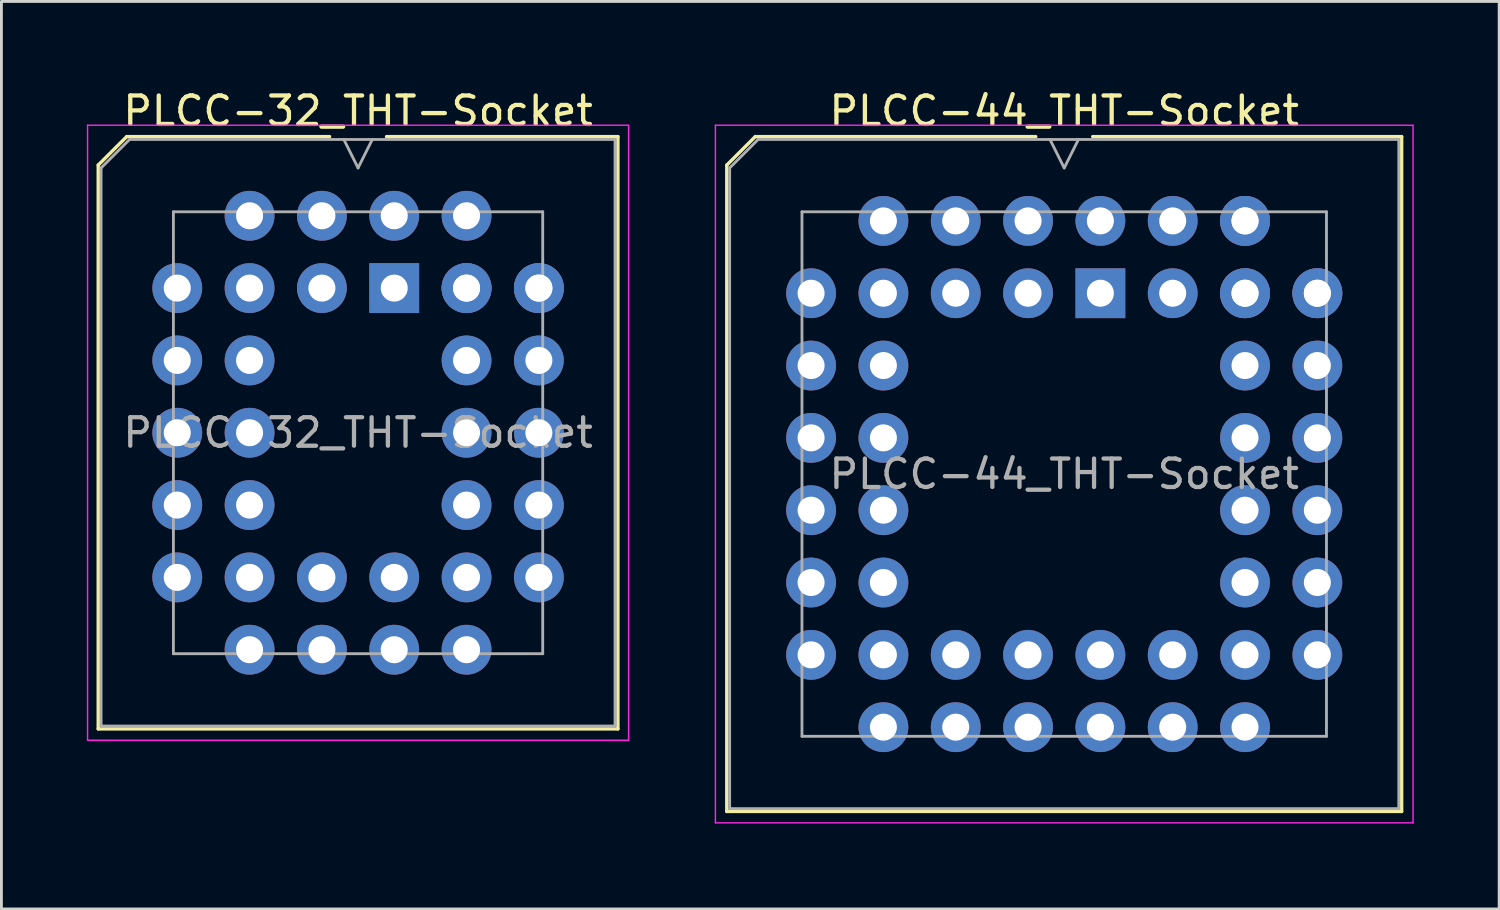
<source format=kicad_pcb>
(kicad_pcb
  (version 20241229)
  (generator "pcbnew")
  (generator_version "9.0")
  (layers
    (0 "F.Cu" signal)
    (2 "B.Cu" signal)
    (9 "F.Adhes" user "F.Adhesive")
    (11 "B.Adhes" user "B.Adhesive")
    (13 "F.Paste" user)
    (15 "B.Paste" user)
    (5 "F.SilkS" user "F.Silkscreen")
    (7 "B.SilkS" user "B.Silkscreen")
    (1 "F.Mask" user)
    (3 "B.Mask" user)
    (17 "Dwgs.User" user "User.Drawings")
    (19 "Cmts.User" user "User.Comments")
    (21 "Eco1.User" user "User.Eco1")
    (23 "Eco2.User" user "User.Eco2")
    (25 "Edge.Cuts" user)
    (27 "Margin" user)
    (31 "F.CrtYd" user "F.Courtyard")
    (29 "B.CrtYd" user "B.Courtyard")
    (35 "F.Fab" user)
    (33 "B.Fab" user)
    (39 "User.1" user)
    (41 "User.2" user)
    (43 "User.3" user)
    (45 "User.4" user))
  (footprint "PLCC-44_THT-Socket"
    (layer "F.Cu")
    (at 35.595 7.248)
    (property "Reference" "PLCC-44_THT-Socket" (at -1.27 -6.4 0) (layer "F.SilkS") (effects (font (size 1 1) (thickness 0.15))))
    (attr through_hole)
    (fp_line (start -13.12 -4.5) (end -13.12 18.2) (stroke (width 0.12) (type solid)) (layer "F.SilkS"))
    (fp_line (start -13.12 18.2) (end 10.58 18.2) (stroke (width 0.12) (type solid)) (layer "F.SilkS"))
    (fp_line (start -12.12 -5.5) (end -13.12 -4.5) (stroke (width 0.12) (type solid)) (layer "F.SilkS"))
    (fp_line (start -2.27 -5.5) (end -12.12 -5.5) (stroke (width 0.12) (type solid)) (layer "F.SilkS"))
    (fp_line (start 10.58 -5.5) (end -0.27 -5.5) (stroke (width 0.12) (type solid)) (layer "F.SilkS"))
    (fp_line (start 10.58 18.2) (end 10.58 -5.5) (stroke (width 0.12) (type solid)) (layer "F.SilkS"))
    (fp_line (start -13.52 -5.9) (end -13.52 18.6) (stroke (width 0.05) (type solid)) (layer "F.CrtYd"))
    (fp_line (start -13.52 18.6) (end 10.98 18.6) (stroke (width 0.05) (type solid)) (layer "F.CrtYd"))
    (fp_line (start 10.98 -5.9) (end -13.52 -5.9) (stroke (width 0.05) (type solid)) (layer "F.CrtYd"))
    (fp_line (start 10.98 18.6) (end 10.98 -5.9) (stroke (width 0.05) (type solid)) (layer "F.CrtYd"))
    (fp_line (start -13.02 -4.4) (end -13.02 18.1) (stroke (width 0.1) (type solid)) (layer "F.Fab"))
    (fp_line (start -13.02 18.1) (end 10.48 18.1) (stroke (width 0.1) (type solid)) (layer "F.Fab"))
    (fp_line (start -12.02 -5.4) (end -13.02 -4.4) (stroke (width 0.1) (type solid)) (layer "F.Fab"))
    (fp_line (start -10.48 -2.86) (end -10.48 15.56) (stroke (width 0.1) (type solid)) (layer "F.Fab"))
    (fp_line (start -10.48 15.56) (end 7.94 15.56) (stroke (width 0.1) (type solid)) (layer "F.Fab"))
    (fp_line (start -1.77 -5.4) (end -1.27 -4.4) (stroke (width 0.1) (type solid)) (layer "F.Fab"))
    (fp_line (start -1.27 -4.4) (end -0.77 -5.4) (stroke (width 0.1) (type solid)) (layer "F.Fab"))
    (fp_line (start 7.94 -2.86) (end -10.48 -2.86) (stroke (width 0.1) (type solid)) (layer "F.Fab"))
    (fp_line (start 7.94 15.56) (end 7.94 -2.86) (stroke (width 0.1) (type solid)) (layer "F.Fab"))
    (fp_line (start 10.48 -5.4) (end -12.02 -5.4) (stroke (width 0.1) (type solid)) (layer "F.Fab"))
    (fp_line (start 10.48 18.1) (end 10.48 -5.4) (stroke (width 0.1) (type solid)) (layer "F.Fab"))
    (fp_text user "${REFERENCE}" (at -1.27 6.35 0) (layer "F.Fab") (effects (font (size 1 1) (thickness 0.15))))
    (pad "1" thru_hole rect (at 0 0) (size 1.75 1.75) (drill 0.95) (layers "*.Cu" "*.Mask"))
    (pad "2" thru_hole circle (at -2.54 -2.54) (size 1.75 1.75) (drill 0.95) (layers "*.Cu" "*.Mask"))
    (pad "3" thru_hole circle (at -2.54 0) (size 1.75 1.75) (drill 0.95) (layers "*.Cu" "*.Mask"))
    (pad "4" thru_hole circle (at -5.08 -2.54) (size 1.75 1.75) (drill 0.95) (layers "*.Cu" "*.Mask"))
    (pad "5" thru_hole circle (at -5.08 0) (size 1.75 1.75) (drill 0.95) (layers "*.Cu" "*.Mask"))
    (pad "6" thru_hole circle (at -7.62 -2.54) (size 1.75 1.75) (drill 0.95) (layers "*.Cu" "*.Mask"))
    (pad "7" thru_hole circle (at -10.16 0) (size 1.75 1.75) (drill 0.95) (layers "*.Cu" "*.Mask"))
    (pad "8" thru_hole circle (at -7.62 0) (size 1.75 1.75) (drill 0.95) (layers "*.Cu" "*.Mask"))
    (pad "9" thru_hole circle (at -10.16 2.54) (size 1.75 1.75) (drill 0.95) (layers "*.Cu" "*.Mask"))
    (pad "10" thru_hole circle (at -7.62 2.54) (size 1.75 1.75) (drill 0.95) (layers "*.Cu" "*.Mask"))
    (pad "11" thru_hole circle (at -10.16 5.08) (size 1.75 1.75) (drill 0.95) (layers "*.Cu" "*.Mask"))
    (pad "12" thru_hole circle (at -7.62 5.08) (size 1.75 1.75) (drill 0.95) (layers "*.Cu" "*.Mask"))
    (pad "13" thru_hole circle (at -10.16 7.62) (size 1.75 1.75) (drill 0.95) (layers "*.Cu" "*.Mask"))
    (pad "14" thru_hole circle (at -7.62 7.62) (size 1.75 1.75) (drill 0.95) (layers "*.Cu" "*.Mask"))
    (pad "15" thru_hole circle (at -10.16 10.16) (size 1.75 1.75) (drill 0.95) (layers "*.Cu" "*.Mask"))
    (pad "16" thru_hole circle (at -7.62 10.16) (size 1.75 1.75) (drill 0.95) (layers "*.Cu" "*.Mask"))
    (pad "17" thru_hole circle (at -10.16 12.7) (size 1.75 1.75) (drill 0.95) (layers "*.Cu" "*.Mask"))
    (pad "18" thru_hole circle (at -7.62 15.24) (size 1.75 1.75) (drill 0.95) (layers "*.Cu" "*.Mask"))
    (pad "19" thru_hole circle (at -7.62 12.7) (size 1.75 1.75) (drill 0.95) (layers "*.Cu" "*.Mask"))
    (pad "20" thru_hole circle (at -5.08 15.24) (size 1.75 1.75) (drill 0.95) (layers "*.Cu" "*.Mask"))
    (pad "21" thru_hole circle (at -5.08 12.7) (size 1.75 1.75) (drill 0.95) (layers "*.Cu" "*.Mask"))
    (pad "22" thru_hole circle (at -2.54 15.24) (size 1.75 1.75) (drill 0.95) (layers "*.Cu" "*.Mask"))
    (pad "23" thru_hole circle (at -2.54 12.7) (size 1.75 1.75) (drill 0.95) (layers "*.Cu" "*.Mask"))
    (pad "24" thru_hole circle (at 0 15.24) (size 1.75 1.75) (drill 0.95) (layers "*.Cu" "*.Mask"))
    (pad "25" thru_hole circle (at 0 12.7) (size 1.75 1.75) (drill 0.95) (layers "*.Cu" "*.Mask"))
    (pad "26" thru_hole circle (at 2.54 15.24) (size 1.75 1.75) (drill 0.95) (layers "*.Cu" "*.Mask"))
    (pad "27" thru_hole circle (at 2.54 12.7) (size 1.75 1.75) (drill 0.95) (layers "*.Cu" "*.Mask"))
    (pad "28" thru_hole circle (at 5.08 15.24) (size 1.75 1.75) (drill 0.95) (layers "*.Cu" "*.Mask"))
    (pad "29" thru_hole circle (at 5.08 12.7) (size 1.75 1.75) (drill 0.95) (layers "*.Cu" "*.Mask"))
    (pad "29" thru_hole circle (at 7.62 12.7) (size 1.75 1.75) (drill 0.95) (layers "*.Cu" "*.Mask"))
    (pad "30" thru_hole circle (at 5.08 10.16) (size 1.75 1.75) (drill 0.95) (layers "*.Cu" "*.Mask"))
    (pad "31" thru_hole circle (at 7.62 10.16) (size 1.75 1.75) (drill 0.95) (layers "*.Cu" "*.Mask"))
    (pad "32" thru_hole circle (at 5.08 7.62) (size 1.75 1.75) (drill 0.95) (layers "*.Cu" "*.Mask"))
    (pad "33" thru_hole circle (at 7.62 7.62) (size 1.75 1.75) (drill 0.95) (layers "*.Cu" "*.Mask"))
    (pad "34" thru_hole circle (at 5.08 5.08) (size 1.75 1.75) (drill 0.95) (layers "*.Cu" "*.Mask"))
    (pad "35" thru_hole circle (at 7.62 5.08) (size 1.75 1.75) (drill 0.95) (layers "*.Cu" "*.Mask"))
    (pad "36" thru_hole circle (at 5.08 2.54) (size 1.75 1.75) (drill 0.95) (layers "*.Cu" "*.Mask"))
    (pad "37" thru_hole circle (at 7.62 2.54) (size 1.75 1.75) (drill 0.95) (layers "*.Cu" "*.Mask"))
    (pad "38" thru_hole circle (at 5.08 0) (size 1.75 1.75) (drill 0.95) (layers "*.Cu" "*.Mask"))
    (pad "39" thru_hole circle (at 7.62 0) (size 1.75 1.75) (drill 0.95) (layers "*.Cu" "*.Mask"))
    (pad "39" thru_hole circle (at 7.62 0) (size 1.75 1.75) (drill 0.95) (layers "*.Cu" "*.Mask"))
    (pad "40" thru_hole circle (at 5.08 -2.54) (size 1.75 1.75) (drill 0.95) (layers "*.Cu" "*.Mask"))
    (pad "40" thru_hole circle (at 5.08 -2.54) (size 1.75 1.75) (drill 0.95) (layers "*.Cu" "*.Mask"))
    (pad "41" thru_hole circle (at 5.08 0) (size 1.75 1.75) (drill 0.95) (layers "*.Cu" "*.Mask"))
    (pad "42" thru_hole circle (at 2.54 -2.54) (size 1.75 1.75) (drill 0.95) (layers "*.Cu" "*.Mask"))
    (pad "43" thru_hole circle (at 2.54 0) (size 1.75 1.75) (drill 0.95) (layers "*.Cu" "*.Mask"))
    (pad "44" thru_hole circle (at 0 -2.54) (size 1.75 1.75) (drill 0.95) (layers "*.Cu" "*.Mask")))
  (footprint "PLCC-32_THT-Socket"
    (layer "F.Cu")
    (at 10.795 7.068)
    (property "Reference" "PLCC-32_THT-Socket" (at -1.27 -6.22 0) (layer "F.SilkS") (effects (font (size 1 1) (thickness 0.15))))
    (attr through_hole)
    (fp_line (start -10.395 -4.32) (end -10.395 15.48) (stroke (width 0.12) (type solid)) (layer "F.SilkS"))
    (fp_line (start -10.395 15.48) (end 7.855 15.48) (stroke (width 0.12) (type solid)) (layer "F.SilkS"))
    (fp_line (start -9.395 -5.32) (end -10.395 -4.32) (stroke (width 0.12) (type solid)) (layer "F.SilkS"))
    (fp_line (start -2.27 -5.32) (end -9.395 -5.32) (stroke (width 0.12) (type solid)) (layer "F.SilkS"))
    (fp_line (start 7.855 -5.32) (end -0.27 -5.32) (stroke (width 0.12) (type solid)) (layer "F.SilkS"))
    (fp_line (start 7.855 15.48) (end 7.855 -5.32) (stroke (width 0.12) (type solid)) (layer "F.SilkS"))
    (fp_line (start -10.77 -5.72) (end -10.77 15.88) (stroke (width 0.05) (type solid)) (layer "F.CrtYd"))
    (fp_line (start -10.77 15.88) (end 8.23 15.88) (stroke (width 0.05) (type solid)) (layer "F.CrtYd"))
    (fp_line (start 8.23 -5.72) (end -10.77 -5.72) (stroke (width 0.05) (type solid)) (layer "F.CrtYd"))
    (fp_line (start 8.23 15.88) (end 8.23 -5.72) (stroke (width 0.05) (type solid)) (layer "F.CrtYd"))
    (fp_line (start -10.295 -4.22) (end -10.295 15.38) (stroke (width 0.1) (type solid)) (layer "F.Fab"))
    (fp_line (start -10.295 15.38) (end 7.755 15.38) (stroke (width 0.1) (type solid)) (layer "F.Fab"))
    (fp_line (start -9.295 -5.22) (end -10.295 -4.22) (stroke (width 0.1) (type solid)) (layer "F.Fab"))
    (fp_line (start -7.755 -2.68) (end -7.755 12.84) (stroke (width 0.1) (type solid)) (layer "F.Fab"))
    (fp_line (start -7.755 12.84) (end 5.215 12.84) (stroke (width 0.1) (type solid)) (layer "F.Fab"))
    (fp_line (start -1.77 -5.22) (end -1.27 -4.22) (stroke (width 0.1) (type solid)) (layer "F.Fab"))
    (fp_line (start -1.27 -4.22) (end -0.77 -5.22) (stroke (width 0.1) (type solid)) (layer "F.Fab"))
    (fp_line (start 5.215 -2.68) (end -7.755 -2.68) (stroke (width 0.1) (type solid)) (layer "F.Fab"))
    (fp_line (start 5.215 12.84) (end 5.215 -2.68) (stroke (width 0.1) (type solid)) (layer "F.Fab"))
    (fp_line (start 7.755 -5.22) (end -9.295 -5.22) (stroke (width 0.1) (type solid)) (layer "F.Fab"))
    (fp_line (start 7.755 15.38) (end 7.755 -5.22) (stroke (width 0.1) (type solid)) (layer "F.Fab"))
    (fp_text user "${REFERENCE}" (at -1.27 5.08 0) (layer "F.Fab") (effects (font (size 1 1) (thickness 0.15))))
    (pad "1" thru_hole rect (at 0 0) (size 1.75 1.75) (drill 0.95) (layers "*.Cu" "*.Mask"))
    (pad "2" thru_hole circle (at -2.54 -2.54) (size 1.75 1.75) (drill 0.95) (layers "*.Cu" "*.Mask"))
    (pad "3" thru_hole circle (at -2.54 0) (size 1.75 1.75) (drill 0.95) (layers "*.Cu" "*.Mask"))
    (pad "4" thru_hole circle (at -5.08 -2.54) (size 1.75 1.75) (drill 0.95) (layers "*.Cu" "*.Mask"))
    (pad "5" thru_hole circle (at -7.62 0) (size 1.75 1.75) (drill 0.95) (layers "*.Cu" "*.Mask"))
    (pad "6" thru_hole circle (at -5.08 0) (size 1.75 1.75) (drill 0.95) (layers "*.Cu" "*.Mask"))
    (pad "7" thru_hole circle (at -7.62 2.54) (size 1.75 1.75) (drill 0.95) (layers "*.Cu" "*.Mask"))
    (pad "8" thru_hole circle (at -5.08 2.54) (size 1.75 1.75) (drill 0.95) (layers "*.Cu" "*.Mask"))
    (pad "9" thru_hole circle (at -7.62 5.08) (size 1.75 1.75) (drill 0.95) (layers "*.Cu" "*.Mask"))
    (pad "10" thru_hole circle (at -5.08 5.08) (size 1.75 1.75) (drill 0.95) (layers "*.Cu" "*.Mask"))
    (pad "11" thru_hole circle (at -7.62 7.62) (size 1.75 1.75) (drill 0.95) (layers "*.Cu" "*.Mask"))
    (pad "12" thru_hole circle (at -5.08 7.62) (size 1.75 1.75) (drill 0.95) (layers "*.Cu" "*.Mask"))
    (pad "13" thru_hole circle (at -7.62 10.16) (size 1.75 1.75) (drill 0.95) (layers "*.Cu" "*.Mask"))
    (pad "14" thru_hole circle (at -5.08 12.7) (size 1.75 1.75) (drill 0.95) (layers "*.Cu" "*.Mask"))
    (pad "15" thru_hole circle (at -5.08 10.16) (size 1.75 1.75) (drill 0.95) (layers "*.Cu" "*.Mask"))
    (pad "16" thru_hole circle (at -2.54 12.7) (size 1.75 1.75) (drill 0.95) (layers "*.Cu" "*.Mask"))
    (pad "17" thru_hole circle (at -2.54 10.16) (size 1.75 1.75) (drill 0.95) (layers "*.Cu" "*.Mask"))
    (pad "18" thru_hole circle (at 0 12.7) (size 1.75 1.75) (drill 0.95) (layers "*.Cu" "*.Mask"))
    (pad "19" thru_hole circle (at 0 10.16) (size 1.75 1.75) (drill 0.95) (layers "*.Cu" "*.Mask"))
    (pad "20" thru_hole circle (at 2.54 12.7) (size 1.75 1.75) (drill 0.95) (layers "*.Cu" "*.Mask"))
    (pad "21" thru_hole circle (at 2.54 10.16) (size 1.75 1.75) (drill 0.95) (layers "*.Cu" "*.Mask"))
    (pad "21" thru_hole circle (at 5.08 10.16) (size 1.75 1.75) (drill 0.95) (layers "*.Cu" "*.Mask"))
    (pad "22" thru_hole circle (at 2.54 7.62) (size 1.75 1.75) (drill 0.95) (layers "*.Cu" "*.Mask"))
    (pad "23" thru_hole circle (at 5.08 7.62) (size 1.75 1.75) (drill 0.95) (layers "*.Cu" "*.Mask"))
    (pad "24" thru_hole circle (at 2.54 5.08) (size 1.75 1.75) (drill 0.95) (layers "*.Cu" "*.Mask"))
    (pad "25" thru_hole circle (at 5.08 5.08) (size 1.75 1.75) (drill 0.95) (layers "*.Cu" "*.Mask"))
    (pad "26" thru_hole circle (at 2.54 2.54) (size 1.75 1.75) (drill 0.95) (layers "*.Cu" "*.Mask"))
    (pad "27" thru_hole circle (at 5.08 2.54) (size 1.75 1.75) (drill 0.95) (layers "*.Cu" "*.Mask"))
    (pad "28" thru_hole circle (at 2.54 0) (size 1.75 1.75) (drill 0.95) (layers "*.Cu" "*.Mask"))
    (pad "29" thru_hole circle (at 5.08 0) (size 1.75 1.75) (drill 0.95) (layers "*.Cu" "*.Mask"))
    (pad "29" thru_hole circle (at 5.08 0) (size 1.75 1.75) (drill 0.95) (layers "*.Cu" "*.Mask"))
    (pad "30" thru_hole circle (at 2.54 -2.54) (size 1.75 1.75) (drill 0.95) (layers "*.Cu" "*.Mask"))
    (pad "31" thru_hole circle (at 2.54 0) (size 1.75 1.75) (drill 0.95) (layers "*.Cu" "*.Mask"))
    (pad "32" thru_hole circle (at 0 -2.54) (size 1.75 1.75) (drill 0.95) (layers "*.Cu" "*.Mask")))
  (gr_rect
    (start -3 -3)
    (end 49.6 28.873)
    (stroke (width 0.1) (type default))
    (fill no)
    (layer "Edge.Cuts")))
</source>
